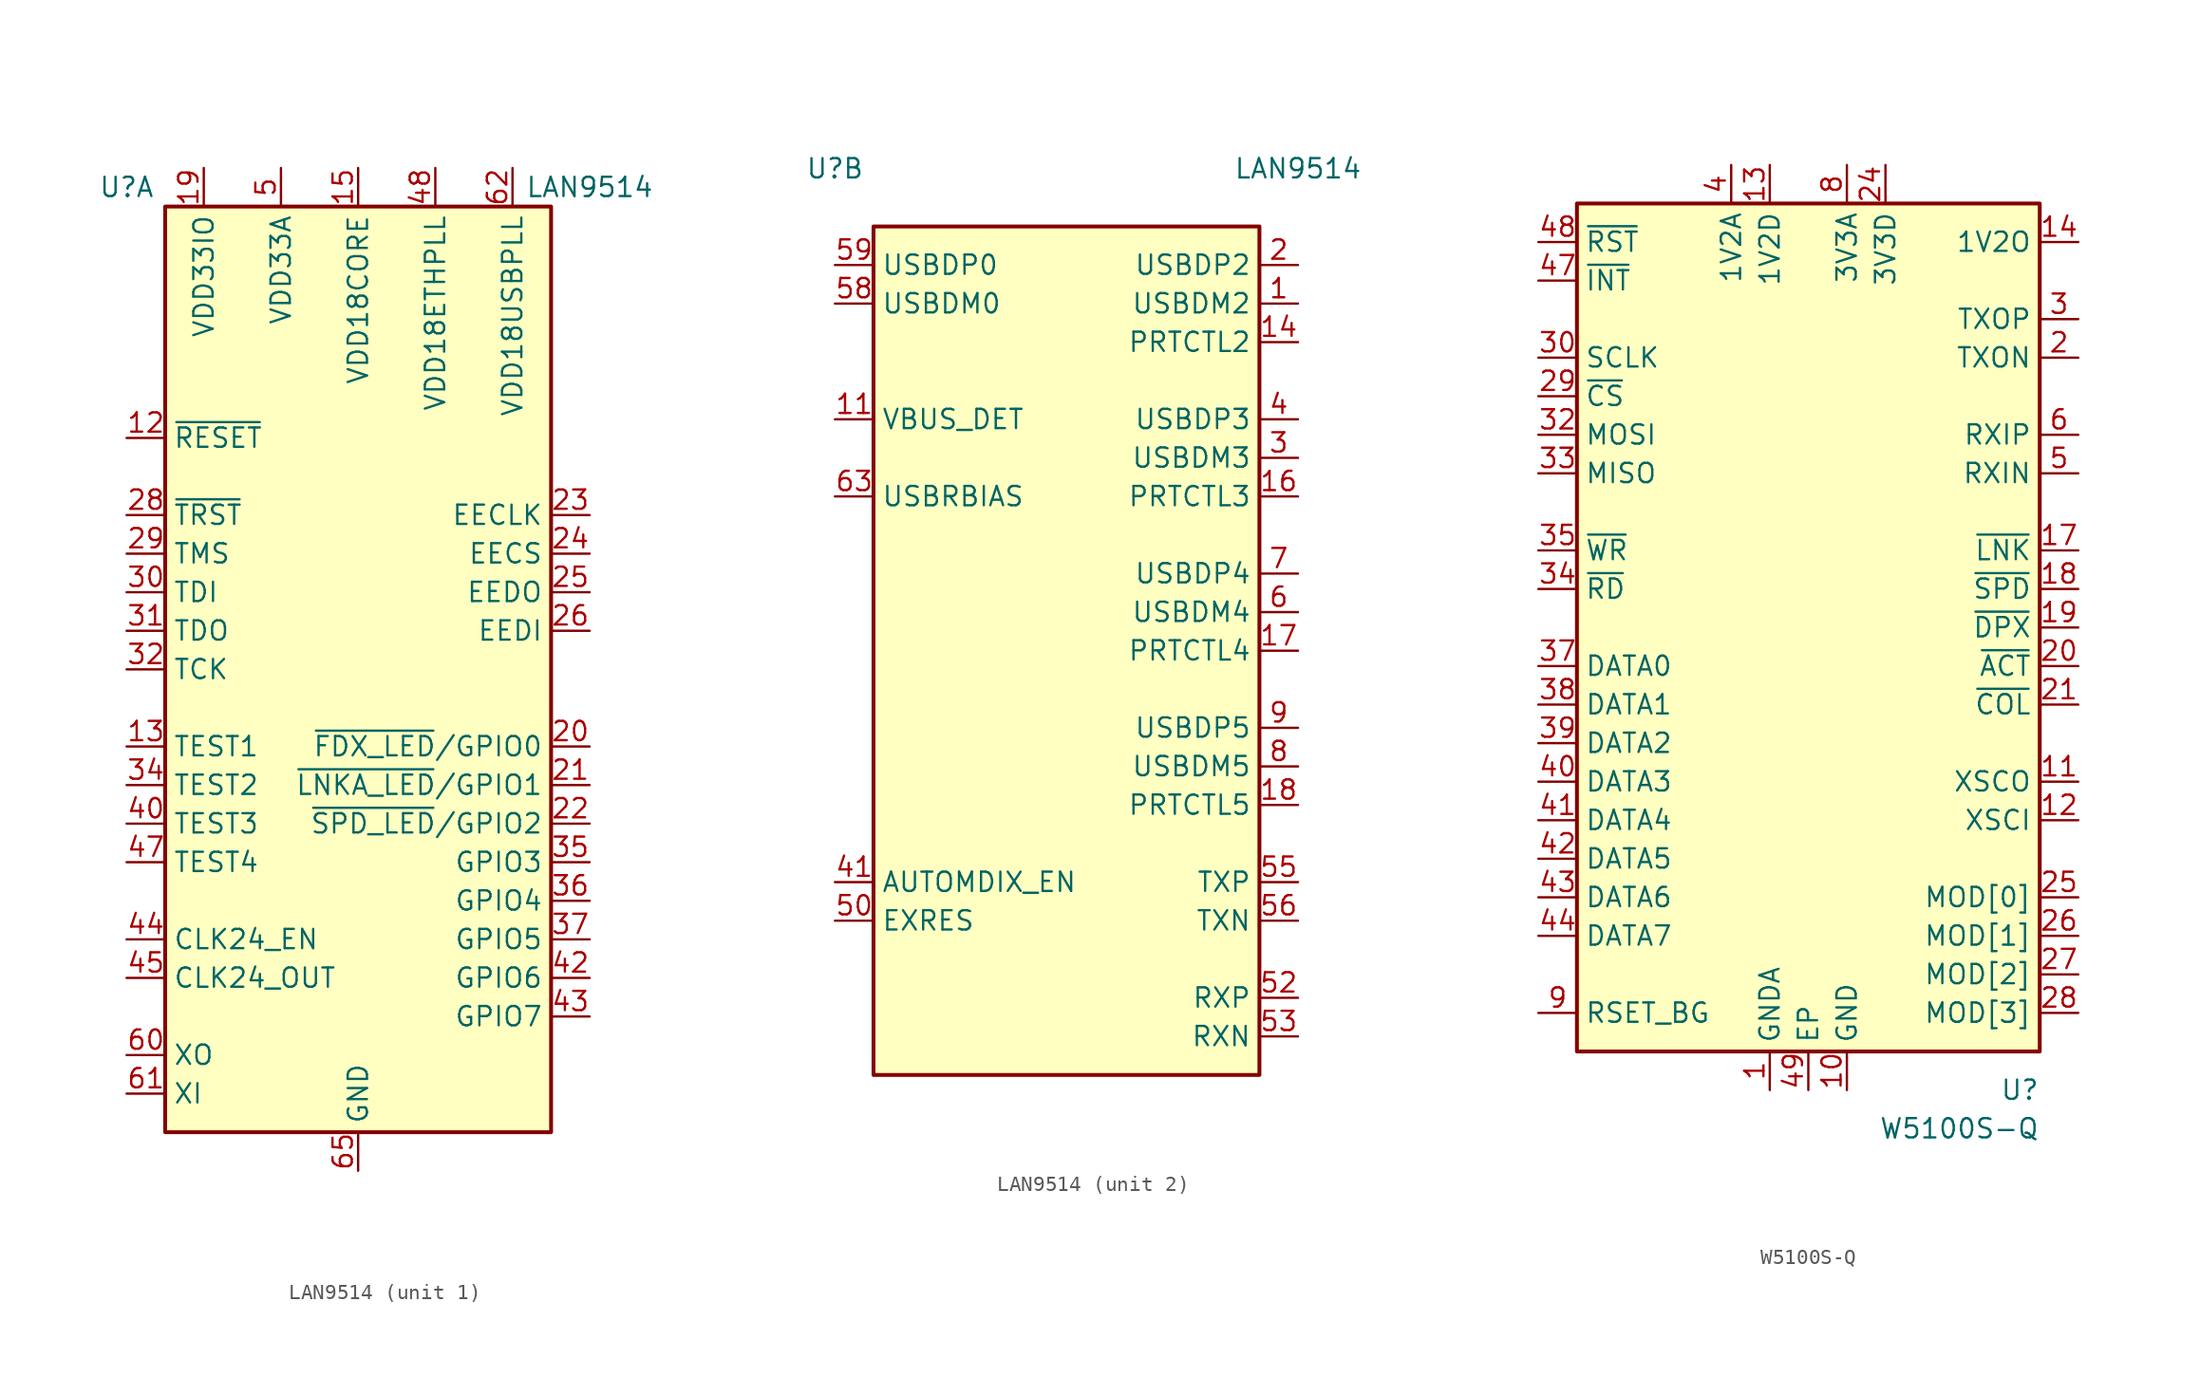
<source format=kicad_sym>
(kicad_symbol_lib
  (version 20241209)
  (generator "kicad_symbol_editor")
  (generator_version "9.0")
  (symbol "LAN9514"
    (property "Reference" "U"
      (at -15.24 31.75 0)
      (effects (font (size 1.27 1.27))))
    (property "Value" "LAN9514"
      (at 15.24 31.75 0)
      (effects (font (size 1.27 1.27))))
    (property "ki_locked" ""
      (at 0 0 0)
      (effects (font (size 1.27 1.27))))
    (symbol "LAN9514_1_1"
      (rectangle (start -12.7 30.48) (end 12.7 -30.48) (stroke (width 0.254) (type default)) (fill (type background)))
      (pin input line (at -15.24 15.24 0) (length 2.54) (name "~{RESET}" (effects (font (size 1.27 1.27)))) (number "12" (effects (font (size 1.27 1.27)))))
      (pin input line (at -15.24 10.16 0) (length 2.54) (name "~{TRST}" (effects (font (size 1.27 1.27)))) (number "28" (effects (font (size 1.27 1.27)))))
      (pin input line (at -15.24 7.62 0) (length 2.54) (name "TMS" (effects (font (size 1.27 1.27)))) (number "29" (effects (font (size 1.27 1.27)))))
      (pin input line (at -15.24 5.08 0) (length 2.54) (name "TDI" (effects (font (size 1.27 1.27)))) (number "30" (effects (font (size 1.27 1.27)))))
      (pin output line (at -15.24 2.54 0) (length 2.54) (name "TDO" (effects (font (size 1.27 1.27)))) (number "31" (effects (font (size 1.27 1.27)))))
      (pin input line (at -15.24 0 0) (length 2.54) (name "TCK" (effects (font (size 1.27 1.27)))) (number "32" (effects (font (size 1.27 1.27)))))
      (pin input line (at -15.24 -5.08 0) (length 2.54) (name "TEST1" (effects (font (size 1.27 1.27)))) (number "13" (effects (font (size 1.27 1.27)))))
      (pin input line (at -15.24 -7.62 0) (length 2.54) (name "TEST2" (effects (font (size 1.27 1.27)))) (number "34" (effects (font (size 1.27 1.27)))))
      (pin input line (at -15.24 -10.16 0) (length 2.54) (name "TEST3" (effects (font (size 1.27 1.27)))) (number "40" (effects (font (size 1.27 1.27)))))
      (pin input line (at -15.24 -12.7 0) (length 2.54) (name "TEST4" (effects (font (size 1.27 1.27)))) (number "47" (effects (font (size 1.27 1.27)))))
      (pin input line (at -15.24 -17.78 0) (length 2.54) (name "CLK24_EN" (effects (font (size 1.27 1.27)))) (number "44" (effects (font (size 1.27 1.27)))))
      (pin output line (at -15.24 -20.32 0) (length 2.54) (name "CLK24_OUT" (effects (font (size 1.27 1.27)))) (number "45" (effects (font (size 1.27 1.27)))))
      (pin input line (at -15.24 -25.4 0) (length 2.54) (name "XO" (effects (font (size 1.27 1.27)))) (number "60" (effects (font (size 1.27 1.27)))))
      (pin input line (at -15.24 -27.94 0) (length 2.54) (name "XI" (effects (font (size 1.27 1.27)))) (number "61" (effects (font (size 1.27 1.27)))))
      (pin power_in line (at -10.16 33.02 270) (length 2.54) (name "VDD33IO" (effects (font (size 1.27 1.27)))) (number "19" (effects (font (size 1.27 1.27)))))
      (pin passive line (at -10.16 33.02 270) (length 2.54) (hide yes) (name "VDD33IO" (effects (font (size 1.27 1.27)))) (number "27" (effects (font (size 1.27 1.27)))))
      (pin passive line (at -10.16 33.02 270) (length 2.54) (hide yes) (name "VDD33IO" (effects (font (size 1.27 1.27)))) (number "33" (effects (font (size 1.27 1.27)))))
      (pin passive line (at -10.16 33.02 270) (length 2.54) (hide yes) (name "VDD33IO" (effects (font (size 1.27 1.27)))) (number "39" (effects (font (size 1.27 1.27)))))
      (pin passive line (at -10.16 33.02 270) (length 2.54) (hide yes) (name "VDD33IO" (effects (font (size 1.27 1.27)))) (number "46" (effects (font (size 1.27 1.27)))))
      (pin passive line (at -5.08 33.02 270) (length 2.54) (hide yes) (name "VDD33A" (effects (font (size 1.27 1.27)))) (number "10" (effects (font (size 1.27 1.27)))))
      (pin passive line (at -5.08 33.02 270) (length 2.54) (hide yes) (name "VDD33A" (effects (font (size 1.27 1.27)))) (number "49" (effects (font (size 1.27 1.27)))))
      (pin power_in line (at -5.08 33.02 270) (length 2.54) (name "VDD33A" (effects (font (size 1.27 1.27)))) (number "5" (effects (font (size 1.27 1.27)))))
      (pin passive line (at -5.08 33.02 270) (length 2.54) (hide yes) (name "VDD33A" (effects (font (size 1.27 1.27)))) (number "51" (effects (font (size 1.27 1.27)))))
      (pin passive line (at -5.08 33.02 270) (length 2.54) (hide yes) (name "VDD33A" (effects (font (size 1.27 1.27)))) (number "54" (effects (font (size 1.27 1.27)))))
      (pin passive line (at -5.08 33.02 270) (length 2.54) (hide yes) (name "VDD33A" (effects (font (size 1.27 1.27)))) (number "57" (effects (font (size 1.27 1.27)))))
      (pin passive line (at -5.08 33.02 270) (length 2.54) (hide yes) (name "VDD33A" (effects (font (size 1.27 1.27)))) (number "64" (effects (font (size 1.27 1.27)))))
      (pin power_in line (at 0 33.02 270) (length 2.54) (name "VDD18CORE" (effects (font (size 1.27 1.27)))) (number "15" (effects (font (size 1.27 1.27)))))
      (pin passive line (at 0 33.02 270) (length 2.54) (hide yes) (name "VDD18CORE" (effects (font (size 1.27 1.27)))) (number "38" (effects (font (size 1.27 1.27)))))
      (pin power_in line (at 0 -33.02 90) (length 2.54) (name "GND" (effects (font (size 1.27 1.27)))) (number "65" (effects (font (size 1.27 1.27)))))
      (pin power_in line (at 5.08 33.02 270) (length 2.54) (name "VDD18ETHPLL" (effects (font (size 1.27 1.27)))) (number "48" (effects (font (size 1.27 1.27)))))
      (pin power_in line (at 10.16 33.02 270) (length 2.54) (name "VDD18USBPLL" (effects (font (size 1.27 1.27)))) (number "62" (effects (font (size 1.27 1.27)))))
      (pin output line (at 15.24 10.16 180) (length 2.54) (name "EECLK" (effects (font (size 1.27 1.27)))) (number "23" (effects (font (size 1.27 1.27)))))
      (pin output line (at 15.24 7.62 180) (length 2.54) (name "EECS" (effects (font (size 1.27 1.27)))) (number "24" (effects (font (size 1.27 1.27)))))
      (pin output line (at 15.24 5.08 180) (length 2.54) (name "EEDO" (effects (font (size 1.27 1.27)))) (number "25" (effects (font (size 1.27 1.27)))))
      (pin input line (at 15.24 2.54 180) (length 2.54) (name "EEDI" (effects (font (size 1.27 1.27)))) (number "26" (effects (font (size 1.27 1.27)))))
      (pin bidirectional line (at 15.24 -5.08 180) (length 2.54) (name "~{FDX_LED}/GPIO0" (effects (font (size 1.27 1.27)))) (number "20" (effects (font (size 1.27 1.27)))))
      (pin bidirectional line (at 15.24 -7.62 180) (length 2.54) (name "~{LNKA_LED}/GPIO1" (effects (font (size 1.27 1.27)))) (number "21" (effects (font (size 1.27 1.27)))))
      (pin bidirectional line (at 15.24 -10.16 180) (length 2.54) (name "~{SPD_LED}/GPIO2" (effects (font (size 1.27 1.27)))) (number "22" (effects (font (size 1.27 1.27)))))
      (pin bidirectional line (at 15.24 -12.7 180) (length 2.54) (name "GPIO3" (effects (font (size 1.27 1.27)))) (number "35" (effects (font (size 1.27 1.27)))))
      (pin bidirectional line (at 15.24 -15.24 180) (length 2.54) (name "GPIO4" (effects (font (size 1.27 1.27)))) (number "36" (effects (font (size 1.27 1.27)))))
      (pin bidirectional line (at 15.24 -17.78 180) (length 2.54) (name "GPIO5" (effects (font (size 1.27 1.27)))) (number "37" (effects (font (size 1.27 1.27)))))
      (pin bidirectional line (at 15.24 -20.32 180) (length 2.54) (name "GPIO6" (effects (font (size 1.27 1.27)))) (number "42" (effects (font (size 1.27 1.27)))))
      (pin bidirectional line (at 15.24 -22.86 180) (length 2.54) (name "GPIO7" (effects (font (size 1.27 1.27)))) (number "43" (effects (font (size 1.27 1.27))))))
    (symbol "LAN9514_2_1"
      (rectangle (start 12.7 -27.94) (end -12.7 27.94) (stroke (width 0.254) (type default)) (fill (type background)))
      (pin bidirectional line (at -15.24 25.4 0) (length 2.54) (name "USBDP0" (effects (font (size 1.27 1.27)))) (number "59" (effects (font (size 1.27 1.27)))))
      (pin bidirectional line (at -15.24 22.86 0) (length 2.54) (name "USBDM0" (effects (font (size 1.27 1.27)))) (number "58" (effects (font (size 1.27 1.27)))))
      (pin input line (at -15.24 15.24 0) (length 2.54) (name "VBUS_DET" (effects (font (size 1.27 1.27)))) (number "11" (effects (font (size 1.27 1.27)))))
      (pin input line (at -15.24 10.16 0) (length 2.54) (name "USBRBIAS" (effects (font (size 1.27 1.27)))) (number "63" (effects (font (size 1.27 1.27)))))
      (pin input line (at -15.24 -15.24 0) (length 2.54) (name "AUTOMDIX_EN" (effects (font (size 1.27 1.27)))) (number "41" (effects (font (size 1.27 1.27)))))
      (pin input line (at -15.24 -17.78 0) (length 2.54) (name "EXRES" (effects (font (size 1.27 1.27)))) (number "50" (effects (font (size 1.27 1.27)))))
      (pin bidirectional line (at 15.24 25.4 180) (length 2.54) (name "USBDP2" (effects (font (size 1.27 1.27)))) (number "2" (effects (font (size 1.27 1.27)))))
      (pin bidirectional line (at 15.24 22.86 180) (length 2.54) (name "USBDM2" (effects (font (size 1.27 1.27)))) (number "1" (effects (font (size 1.27 1.27)))))
      (pin bidirectional line (at 15.24 20.32 180) (length 2.54) (name "PRTCTL2" (effects (font (size 1.27 1.27)))) (number "14" (effects (font (size 1.27 1.27)))))
      (pin bidirectional line (at 15.24 15.24 180) (length 2.54) (name "USBDP3" (effects (font (size 1.27 1.27)))) (number "4" (effects (font (size 1.27 1.27)))))
      (pin bidirectional line (at 15.24 12.7 180) (length 2.54) (name "USBDM3" (effects (font (size 1.27 1.27)))) (number "3" (effects (font (size 1.27 1.27)))))
      (pin bidirectional line (at 15.24 10.16 180) (length 2.54) (name "PRTCTL3" (effects (font (size 1.27 1.27)))) (number "16" (effects (font (size 1.27 1.27)))))
      (pin bidirectional line (at 15.24 5.08 180) (length 2.54) (name "USBDP4" (effects (font (size 1.27 1.27)))) (number "7" (effects (font (size 1.27 1.27)))))
      (pin bidirectional line (at 15.24 2.54 180) (length 2.54) (name "USBDM4" (effects (font (size 1.27 1.27)))) (number "6" (effects (font (size 1.27 1.27)))))
      (pin bidirectional line (at 15.24 0 180) (length 2.54) (name "PRTCTL4" (effects (font (size 1.27 1.27)))) (number "17" (effects (font (size 1.27 1.27)))))
      (pin bidirectional line (at 15.24 -5.08 180) (length 2.54) (name "USBDP5" (effects (font (size 1.27 1.27)))) (number "9" (effects (font (size 1.27 1.27)))))
      (pin bidirectional line (at 15.24 -7.62 180) (length 2.54) (name "USBDM5" (effects (font (size 1.27 1.27)))) (number "8" (effects (font (size 1.27 1.27)))))
      (pin bidirectional line (at 15.24 -10.16 180) (length 2.54) (name "PRTCTL5" (effects (font (size 1.27 1.27)))) (number "18" (effects (font (size 1.27 1.27)))))
      (pin output line (at 15.24 -15.24 180) (length 2.54) (name "TXP" (effects (font (size 1.27 1.27)))) (number "55" (effects (font (size 1.27 1.27)))))
      (pin output line (at 15.24 -17.78 180) (length 2.54) (name "TXN" (effects (font (size 1.27 1.27)))) (number "56" (effects (font (size 1.27 1.27)))))
      (pin input line (at 15.24 -22.86 180) (length 2.54) (name "RXP" (effects (font (size 1.27 1.27)))) (number "52" (effects (font (size 1.27 1.27)))))
      (pin input line (at 15.24 -25.4 180) (length 2.54) (name "RXN" (effects (font (size 1.27 1.27)))) (number "53" (effects (font (size 1.27 1.27)))))))
  (symbol "W5100S-Q"
    (property "Reference" "U"
      (at 15.24 -30.48 0)
      (effects (font (size 1.27 1.27)) (justify right)))
    (property "Value" "W5100S-Q"
      (at 15.24 -33.02 0)
      (effects (font (size 1.27 1.27)) (justify right)))
    (symbol "W5100S-Q_0_1"
      (rectangle (start -15.24 27.94) (end 15.24 -27.94) (stroke (width 0.254) (type default)) (fill (type background))))
    (symbol "W5100S-Q_1_0"
      (pin input line (at -17.78 25.4 0) (length 2.54) (name "~{RST}" (effects (font (size 1.27 1.27)))) (number "48" (effects (font (size 1.27 1.27))))))
    (symbol "W5100S-Q_1_1"
      (pin output line (at -17.78 22.86 0) (length 2.54) (name "~{INT}" (effects (font (size 1.27 1.27)))) (number "47" (effects (font (size 1.27 1.27)))))
      (pin input line (at -17.78 17.78 0) (length 2.54) (name "SCLK" (effects (font (size 1.27 1.27)))) (number "30" (effects (font (size 1.27 1.27)))))
      (pin input line (at -17.78 15.24 0) (length 2.54) (name "~{CS}" (effects (font (size 1.27 1.27)))) (number "29" (effects (font (size 1.27 1.27)))))
      (pin input line (at -17.78 12.7 0) (length 2.54) (name "MOSI" (effects (font (size 1.27 1.27)))) (number "32" (effects (font (size 1.27 1.27)))) (alternate "ADDR0" input line))
      (pin output line (at -17.78 10.16 0) (length 2.54) (name "MISO" (effects (font (size 1.27 1.27)))) (number "33" (effects (font (size 1.27 1.27)))) (alternate "ADDR1" input line))
      (pin input line (at -17.78 5.08 0) (length 2.54) (name "~{WR}" (effects (font (size 1.27 1.27)))) (number "35" (effects (font (size 1.27 1.27)))))
      (pin input line (at -17.78 2.54 0) (length 2.54) (name "~{RD}" (effects (font (size 1.27 1.27)))) (number "34" (effects (font (size 1.27 1.27)))))
      (pin bidirectional line (at -17.78 -2.54 0) (length 2.54) (name "DATA0" (effects (font (size 1.27 1.27)))) (number "37" (effects (font (size 1.27 1.27)))))
      (pin bidirectional line (at -17.78 -5.08 0) (length 2.54) (name "DATA1" (effects (font (size 1.27 1.27)))) (number "38" (effects (font (size 1.27 1.27)))))
      (pin bidirectional line (at -17.78 -7.62 0) (length 2.54) (name "DATA2" (effects (font (size 1.27 1.27)))) (number "39" (effects (font (size 1.27 1.27)))))
      (pin bidirectional line (at -17.78 -10.16 0) (length 2.54) (name "DATA3" (effects (font (size 1.27 1.27)))) (number "40" (effects (font (size 1.27 1.27)))))
      (pin bidirectional line (at -17.78 -12.7 0) (length 2.54) (name "DATA4" (effects (font (size 1.27 1.27)))) (number "41" (effects (font (size 1.27 1.27)))))
      (pin bidirectional line (at -17.78 -15.24 0) (length 2.54) (name "DATA5" (effects (font (size 1.27 1.27)))) (number "42" (effects (font (size 1.27 1.27)))))
      (pin bidirectional line (at -17.78 -17.78 0) (length 2.54) (name "DATA6" (effects (font (size 1.27 1.27)))) (number "43" (effects (font (size 1.27 1.27)))))
      (pin bidirectional line (at -17.78 -20.32 0) (length 2.54) (name "DATA7" (effects (font (size 1.27 1.27)))) (number "44" (effects (font (size 1.27 1.27)))))
      (pin output line (at -17.78 -25.4 0) (length 2.54) (name "RSET_BG" (effects (font (size 1.27 1.27)))) (number "9" (effects (font (size 1.27 1.27)))))
      (pin power_in line (at -5.08 30.48 270) (length 2.54) (name "1V2A" (effects (font (size 1.27 1.27)))) (number "4" (effects (font (size 1.27 1.27)))))
      (pin power_in line (at -2.54 30.48 270) (length 2.54) (name "1V2D" (effects (font (size 1.27 1.27)))) (number "13" (effects (font (size 1.27 1.27)))))
      (pin passive line (at -2.54 30.48 270) (length 2.54) (hide yes) (name "1V2D" (effects (font (size 1.27 1.27)))) (number "22" (effects (font (size 1.27 1.27)))))
      (pin passive line (at -2.54 30.48 270) (length 2.54) (hide yes) (name "1V2D" (effects (font (size 1.27 1.27)))) (number "31" (effects (font (size 1.27 1.27)))))
      (pin passive line (at -2.54 30.48 270) (length 2.54) (hide yes) (name "1V2D" (effects (font (size 1.27 1.27)))) (number "45" (effects (font (size 1.27 1.27)))))
      (pin power_in line (at -2.54 -30.48 90) (length 2.54) (name "GNDA" (effects (font (size 1.27 1.27)))) (number "1" (effects (font (size 1.27 1.27)))))
      (pin passive line (at -2.54 -30.48 90) (length 2.54) (hide yes) (name "GNDA" (effects (font (size 1.27 1.27)))) (number "16" (effects (font (size 1.27 1.27)))))
      (pin passive line (at -2.54 -30.48 90) (length 2.54) (hide yes) (name "GNDA" (effects (font (size 1.27 1.27)))) (number "7" (effects (font (size 1.27 1.27)))))
      (pin passive line (at 0 -30.48 90) (length 2.54) (name "EP" (effects (font (size 1.27 1.27)))) (number "49" (effects (font (size 1.27 1.27)))))
      (pin passive line (at 2.54 30.48 270) (length 2.54) (hide yes) (name "3V3A" (effects (font (size 1.27 1.27)))) (number "15" (effects (font (size 1.27 1.27)))))
      (pin power_in line (at 2.54 30.48 270) (length 2.54) (name "3V3A" (effects (font (size 1.27 1.27)))) (number "8" (effects (font (size 1.27 1.27)))))
      (pin power_in line (at 2.54 -30.48 90) (length 2.54) (name "GND" (effects (font (size 1.27 1.27)))) (number "10" (effects (font (size 1.27 1.27)))))
      (pin passive line (at 2.54 -30.48 90) (length 2.54) (hide yes) (name "GND" (effects (font (size 1.27 1.27)))) (number "23" (effects (font (size 1.27 1.27)))))
      (pin passive line (at 2.54 -30.48 90) (length 2.54) (hide yes) (name "GND" (effects (font (size 1.27 1.27)))) (number "46" (effects (font (size 1.27 1.27)))))
      (pin power_in line (at 5.08 30.48 270) (length 2.54) (name "3V3D" (effects (font (size 1.27 1.27)))) (number "24" (effects (font (size 1.27 1.27)))))
      (pin passive line (at 5.08 30.48 270) (length 2.54) (hide yes) (name "3V3D" (effects (font (size 1.27 1.27)))) (number "36" (effects (font (size 1.27 1.27)))))
      (pin power_out line (at 17.78 25.4 180) (length 2.54) (name "1V2O" (effects (font (size 1.27 1.27)))) (number "14" (effects (font (size 1.27 1.27)))))
      (pin output line (at 17.78 20.32 180) (length 2.54) (name "TXOP" (effects (font (size 1.27 1.27)))) (number "3" (effects (font (size 1.27 1.27)))))
      (pin output line (at 17.78 17.78 180) (length 2.54) (name "TXON" (effects (font (size 1.27 1.27)))) (number "2" (effects (font (size 1.27 1.27)))))
      (pin input line (at 17.78 12.7 180) (length 2.54) (name "RXIP" (effects (font (size 1.27 1.27)))) (number "6" (effects (font (size 1.27 1.27)))))
      (pin input line (at 17.78 10.16 180) (length 2.54) (name "RXIN" (effects (font (size 1.27 1.27)))) (number "5" (effects (font (size 1.27 1.27)))))
      (pin output line (at 17.78 5.08 180) (length 2.54) (name "~{LNK}" (effects (font (size 1.27 1.27)))) (number "17" (effects (font (size 1.27 1.27)))))
      (pin output line (at 17.78 2.54 180) (length 2.54) (name "~{SPD}" (effects (font (size 1.27 1.27)))) (number "18" (effects (font (size 1.27 1.27)))))
      (pin output line (at 17.78 0 180) (length 2.54) (name "~{DPX}" (effects (font (size 1.27 1.27)))) (number "19" (effects (font (size 1.27 1.27)))))
      (pin output line (at 17.78 -2.54 180) (length 2.54) (name "~{ACT}" (effects (font (size 1.27 1.27)))) (number "20" (effects (font (size 1.27 1.27)))))
      (pin output line (at 17.78 -5.08 180) (length 2.54) (name "~{COL}" (effects (font (size 1.27 1.27)))) (number "21" (effects (font (size 1.27 1.27)))))
      (pin output line (at 17.78 -10.16 180) (length 2.54) (name "XSCO" (effects (font (size 1.27 1.27)))) (number "11" (effects (font (size 1.27 1.27)))))
      (pin input line (at 17.78 -12.7 180) (length 2.54) (name "XSCI" (effects (font (size 1.27 1.27)))) (number "12" (effects (font (size 1.27 1.27)))))
      (pin input line (at 17.78 -17.78 180) (length 2.54) (name "MOD[0]" (effects (font (size 1.27 1.27)))) (number "25" (effects (font (size 1.27 1.27)))))
      (pin input line (at 17.78 -20.32 180) (length 2.54) (name "MOD[1]" (effects (font (size 1.27 1.27)))) (number "26" (effects (font (size 1.27 1.27)))))
      (pin input line (at 17.78 -22.86 180) (length 2.54) (name "MOD[2]" (effects (font (size 1.27 1.27)))) (number "27" (effects (font (size 1.27 1.27)))))
      (pin input line (at 17.78 -25.4 180) (length 2.54) (name "MOD[3]" (effects (font (size 1.27 1.27)))) (number "28" (effects (font (size 1.27 1.27))))))))
</source>
